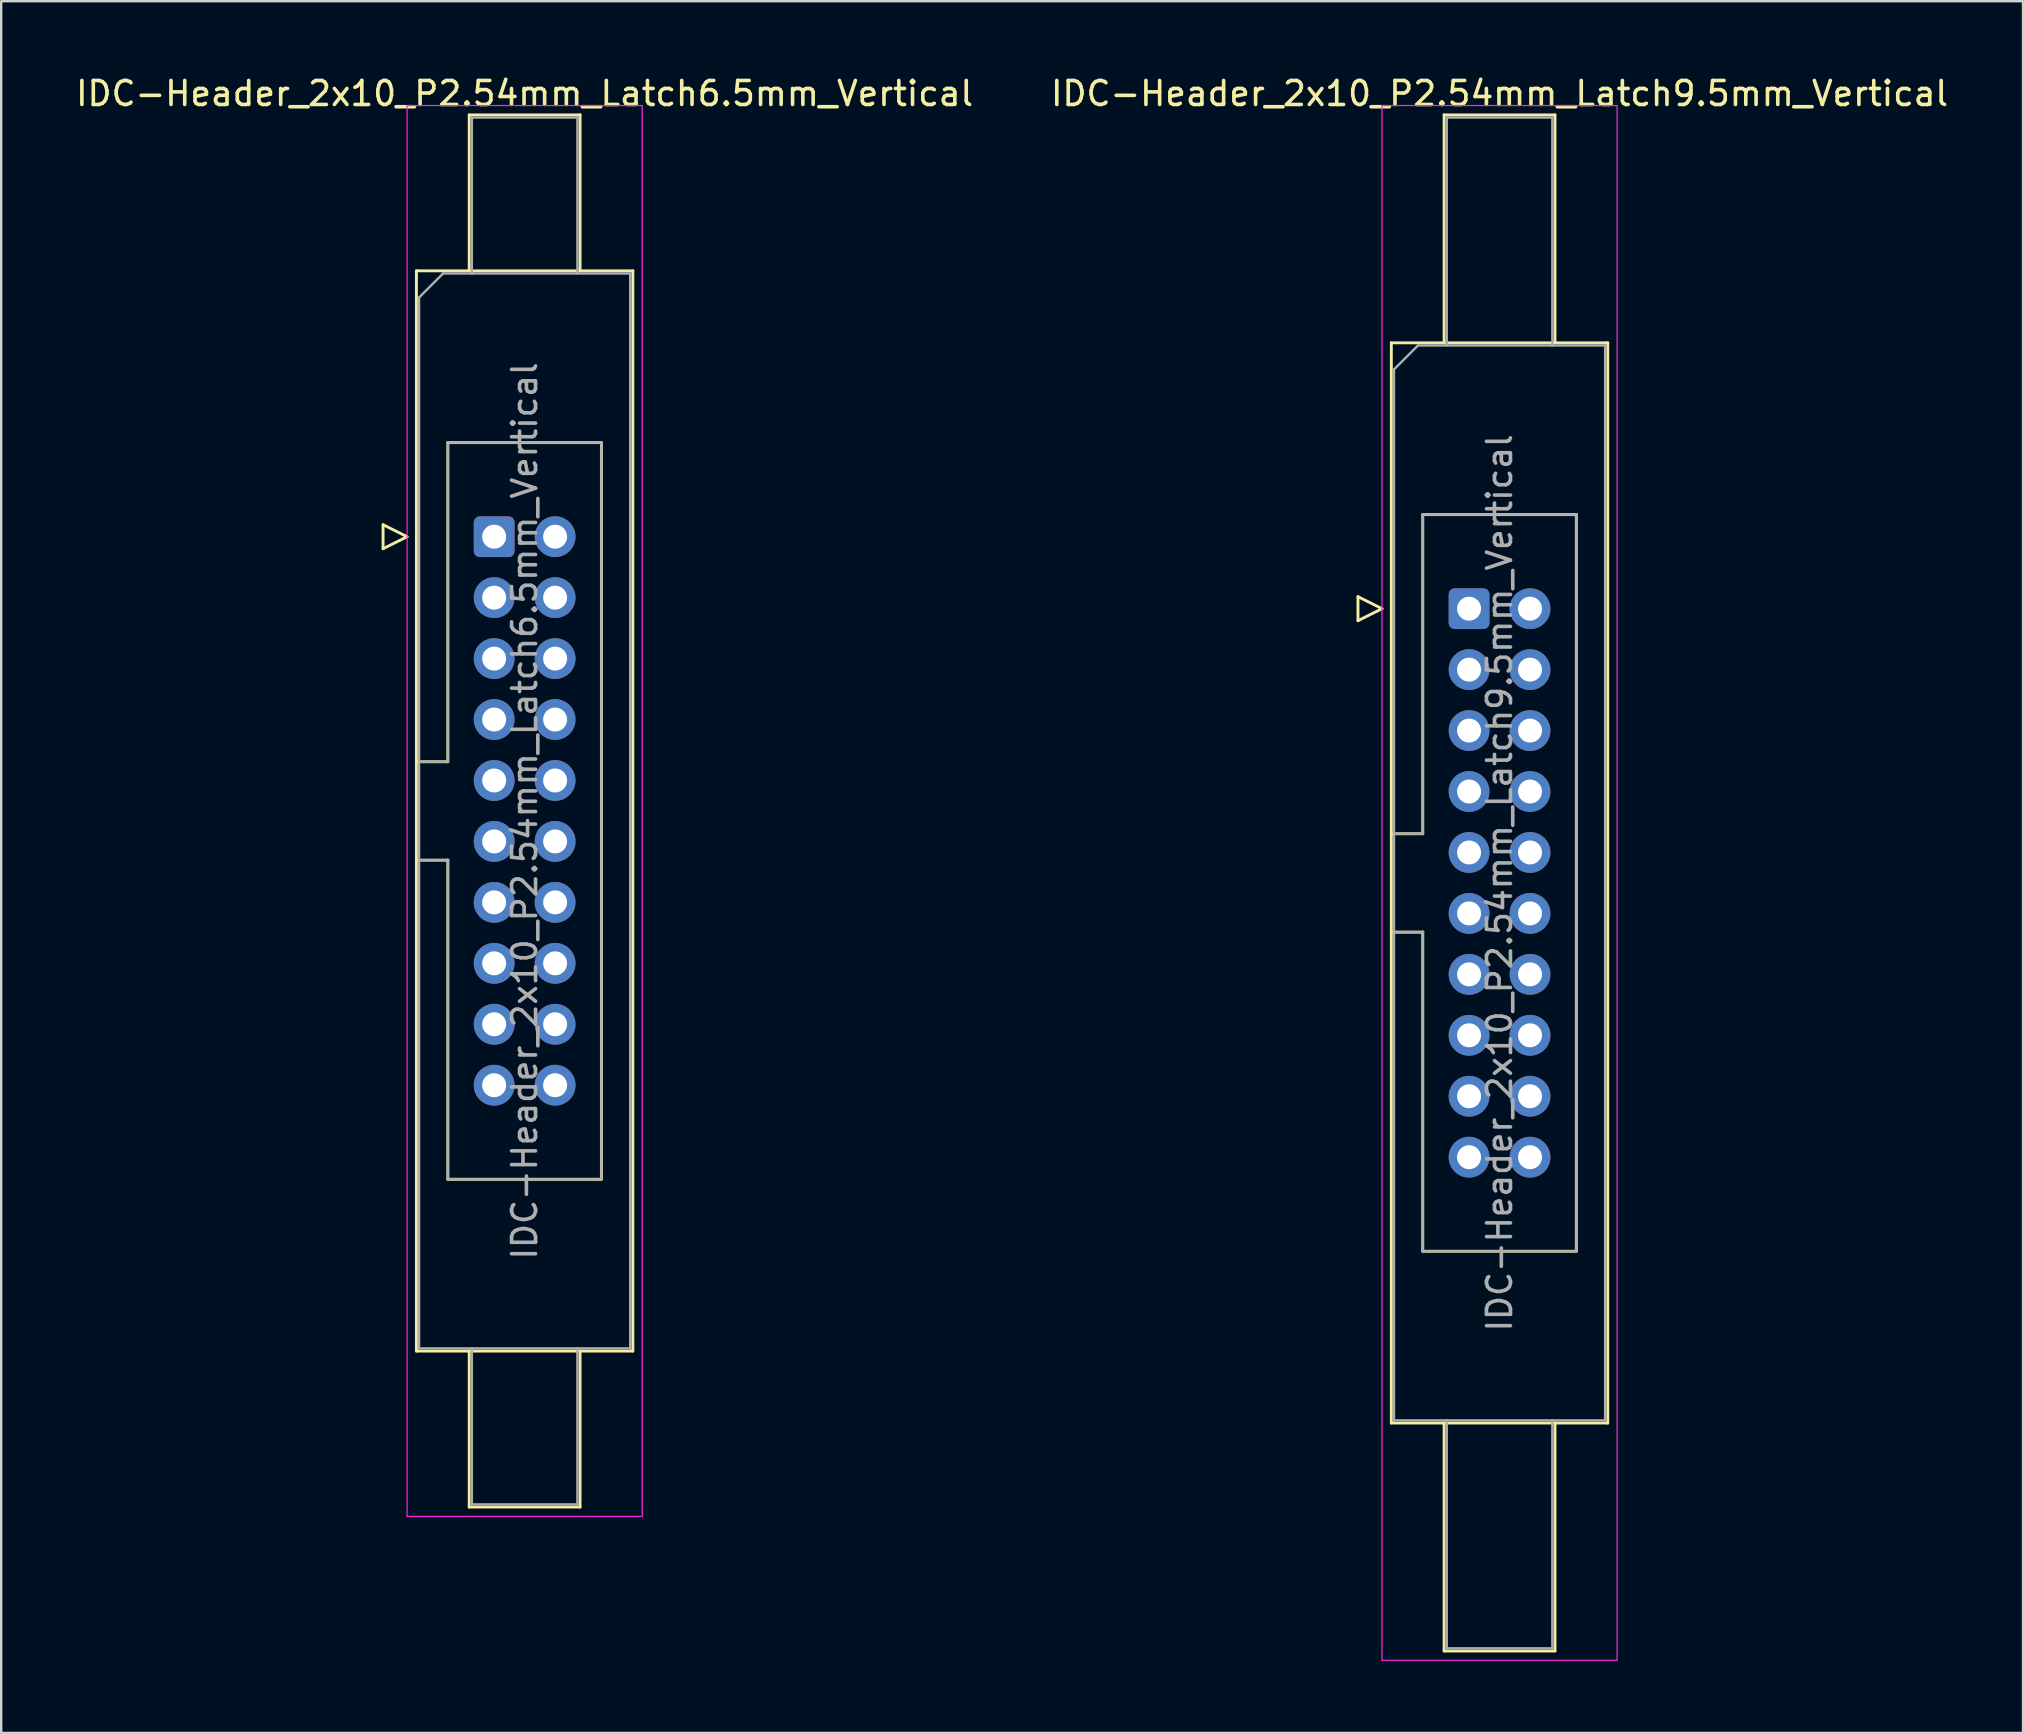
<source format=kicad_pcb>
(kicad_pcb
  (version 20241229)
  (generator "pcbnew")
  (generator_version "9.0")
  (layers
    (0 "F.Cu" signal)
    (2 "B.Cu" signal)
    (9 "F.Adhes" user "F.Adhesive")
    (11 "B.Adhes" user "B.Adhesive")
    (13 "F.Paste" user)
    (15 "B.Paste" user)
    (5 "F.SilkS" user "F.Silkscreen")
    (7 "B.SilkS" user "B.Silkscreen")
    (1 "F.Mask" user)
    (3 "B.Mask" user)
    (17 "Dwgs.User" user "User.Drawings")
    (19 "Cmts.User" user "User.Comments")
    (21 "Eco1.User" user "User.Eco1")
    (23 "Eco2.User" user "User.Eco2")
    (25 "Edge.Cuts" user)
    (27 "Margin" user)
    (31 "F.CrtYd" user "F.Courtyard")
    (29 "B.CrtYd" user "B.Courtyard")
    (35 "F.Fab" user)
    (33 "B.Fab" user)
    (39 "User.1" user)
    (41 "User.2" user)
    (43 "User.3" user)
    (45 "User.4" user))
  (footprint "IDC-Header_2x10_P2.54mm_Latch9.5mm_Vertical"
    (layer "F.Cu")
    (at 58.176 22.318)
    (property "Reference" "IDC-Header_2x10_P2.54mm_Latch9.5mm_Vertical" (at 1.27 -21.47 0) (layer "F.SilkS") (effects (font (size 1 1) (thickness 0.15))))
    (attr through_hole)
    (fp_line (start -4.63 -0.5) (end -4.63 0.5) (stroke (width 0.12) (type solid)) (layer "F.SilkS"))
    (fp_line (start -4.63 0.5) (end -3.63 0) (stroke (width 0.12) (type solid)) (layer "F.SilkS"))
    (fp_line (start -3.63 0) (end -4.63 -0.5) (stroke (width 0.12) (type solid)) (layer "F.SilkS"))
    (fp_line (start -3.24 -11.08) (end 5.78 -11.08) (stroke (width 0.12) (type solid)) (layer "F.SilkS"))
    (fp_line (start -3.24 9.38) (end -1.93 9.38) (stroke (width 0.12) (type solid)) (layer "F.SilkS"))
    (fp_line (start -3.24 33.94) (end -3.24 -11.08) (stroke (width 0.12) (type solid)) (layer "F.SilkS"))
    (fp_line (start -1.93 -3.92) (end 4.47 -3.92) (stroke (width 0.12) (type solid)) (layer "F.SilkS"))
    (fp_line (start -1.93 9.38) (end -1.93 -3.92) (stroke (width 0.12) (type solid)) (layer "F.SilkS"))
    (fp_line (start -1.93 13.48) (end -3.24 13.48) (stroke (width 0.12) (type solid)) (layer "F.SilkS"))
    (fp_line (start -1.93 13.48) (end -1.93 13.48) (stroke (width 0.12) (type solid)) (layer "F.SilkS"))
    (fp_line (start -1.93 26.78) (end -1.93 13.48) (stroke (width 0.12) (type solid)) (layer "F.SilkS"))
    (fp_line (start -1.04 -20.58) (end 3.58 -20.58) (stroke (width 0.12) (type solid)) (layer "F.SilkS"))
    (fp_line (start -1.04 -11.08) (end -1.04 -20.58) (stroke (width 0.12) (type solid)) (layer "F.SilkS"))
    (fp_line (start -1.04 33.94) (end -1.04 43.44) (stroke (width 0.12) (type solid)) (layer "F.SilkS"))
    (fp_line (start -1.04 43.44) (end 3.58 43.44) (stroke (width 0.12) (type solid)) (layer "F.SilkS"))
    (fp_line (start 3.58 -20.58) (end 3.58 -11.08) (stroke (width 0.12) (type solid)) (layer "F.SilkS"))
    (fp_line (start 3.58 43.44) (end 3.58 33.94) (stroke (width 0.12) (type solid)) (layer "F.SilkS"))
    (fp_line (start 4.47 -3.92) (end 4.47 26.78) (stroke (width 0.12) (type solid)) (layer "F.SilkS"))
    (fp_line (start 4.47 26.78) (end -1.93 26.78) (stroke (width 0.12) (type solid)) (layer "F.SilkS"))
    (fp_line (start 5.78 -11.08) (end 5.78 33.94) (stroke (width 0.12) (type solid)) (layer "F.SilkS"))
    (fp_line (start 5.78 33.94) (end -3.24 33.94) (stroke (width 0.12) (type solid)) (layer "F.SilkS"))
    (fp_line (start -3.63 -20.97) (end -3.63 43.83) (stroke (width 0.05) (type solid)) (layer "F.CrtYd"))
    (fp_line (start -3.63 43.83) (end 6.17 43.83) (stroke (width 0.05) (type solid)) (layer "F.CrtYd"))
    (fp_line (start 6.17 -20.97) (end -3.63 -20.97) (stroke (width 0.05) (type solid)) (layer "F.CrtYd"))
    (fp_line (start 6.17 43.83) (end 6.17 -20.97) (stroke (width 0.05) (type solid)) (layer "F.CrtYd"))
    (fp_line (start -3.13 -9.97) (end -2.13 -10.97) (stroke (width 0.1) (type solid)) (layer "F.Fab"))
    (fp_line (start -3.13 9.38) (end -1.93 9.38) (stroke (width 0.1) (type solid)) (layer "F.Fab"))
    (fp_line (start -3.13 33.83) (end -3.13 -9.97) (stroke (width 0.1) (type solid)) (layer "F.Fab"))
    (fp_line (start -2.13 -10.97) (end 5.67 -10.97) (stroke (width 0.1) (type solid)) (layer "F.Fab"))
    (fp_line (start -1.93 -3.92) (end 4.47 -3.92) (stroke (width 0.1) (type solid)) (layer "F.Fab"))
    (fp_line (start -1.93 9.38) (end -1.93 -3.92) (stroke (width 0.1) (type solid)) (layer "F.Fab"))
    (fp_line (start -1.93 13.48) (end -3.13 13.48) (stroke (width 0.1) (type solid)) (layer "F.Fab"))
    (fp_line (start -1.93 13.48) (end -1.93 13.48) (stroke (width 0.1) (type solid)) (layer "F.Fab"))
    (fp_line (start -1.93 26.78) (end -1.93 13.48) (stroke (width 0.1) (type solid)) (layer "F.Fab"))
    (fp_line (start -0.93 -20.47) (end 3.47 -20.47) (stroke (width 0.1) (type solid)) (layer "F.Fab"))
    (fp_line (start -0.93 -10.97) (end -0.93 -20.47) (stroke (width 0.1) (type solid)) (layer "F.Fab"))
    (fp_line (start -0.93 33.83) (end -0.93 43.33) (stroke (width 0.1) (type solid)) (layer "F.Fab"))
    (fp_line (start -0.93 43.33) (end 3.47 43.33) (stroke (width 0.1) (type solid)) (layer "F.Fab"))
    (fp_line (start 3.47 -20.47) (end 3.47 -10.97) (stroke (width 0.1) (type solid)) (layer "F.Fab"))
    (fp_line (start 3.47 43.33) (end 3.47 33.83) (stroke (width 0.1) (type solid)) (layer "F.Fab"))
    (fp_line (start 4.47 -3.92) (end 4.47 26.78) (stroke (width 0.1) (type solid)) (layer "F.Fab"))
    (fp_line (start 4.47 26.78) (end -1.93 26.78) (stroke (width 0.1) (type solid)) (layer "F.Fab"))
    (fp_line (start 5.67 -10.97) (end 5.67 33.83) (stroke (width 0.1) (type solid)) (layer "F.Fab"))
    (fp_line (start 5.67 33.83) (end -3.13 33.83) (stroke (width 0.1) (type solid)) (layer "F.Fab"))
    (fp_text user "${REFERENCE}" (at 1.27 11.43 90) (layer "F.Fab") (effects (font (size 1 1) (thickness 0.15))))
    (pad "1" thru_hole roundrect (at 0 0) (size 1.7 1.7) (drill 1) (layers "*.Cu" "*.Mask") (roundrect_rratio 0.147))
    (pad "2" thru_hole circle (at 2.54 0) (size 1.7 1.7) (drill 1) (layers "*.Cu" "*.Mask"))
    (pad "3" thru_hole circle (at 0 2.54) (size 1.7 1.7) (drill 1) (layers "*.Cu" "*.Mask"))
    (pad "4" thru_hole circle (at 2.54 2.54) (size 1.7 1.7) (drill 1) (layers "*.Cu" "*.Mask"))
    (pad "5" thru_hole circle (at 0 5.08) (size 1.7 1.7) (drill 1) (layers "*.Cu" "*.Mask"))
    (pad "6" thru_hole circle (at 2.54 5.08) (size 1.7 1.7) (drill 1) (layers "*.Cu" "*.Mask"))
    (pad "7" thru_hole circle (at 0 7.62) (size 1.7 1.7) (drill 1) (layers "*.Cu" "*.Mask"))
    (pad "8" thru_hole circle (at 2.54 7.62) (size 1.7 1.7) (drill 1) (layers "*.Cu" "*.Mask"))
    (pad "9" thru_hole circle (at 0 10.16) (size 1.7 1.7) (drill 1) (layers "*.Cu" "*.Mask"))
    (pad "10" thru_hole circle (at 2.54 10.16) (size 1.7 1.7) (drill 1) (layers "*.Cu" "*.Mask"))
    (pad "11" thru_hole circle (at 0 12.7) (size 1.7 1.7) (drill 1) (layers "*.Cu" "*.Mask"))
    (pad "12" thru_hole circle (at 2.54 12.7) (size 1.7 1.7) (drill 1) (layers "*.Cu" "*.Mask"))
    (pad "13" thru_hole circle (at 0 15.24) (size 1.7 1.7) (drill 1) (layers "*.Cu" "*.Mask"))
    (pad "14" thru_hole circle (at 2.54 15.24) (size 1.7 1.7) (drill 1) (layers "*.Cu" "*.Mask"))
    (pad "15" thru_hole circle (at 0 17.78) (size 1.7 1.7) (drill 1) (layers "*.Cu" "*.Mask"))
    (pad "16" thru_hole circle (at 2.54 17.78) (size 1.7 1.7) (drill 1) (layers "*.Cu" "*.Mask"))
    (pad "17" thru_hole circle (at 0 20.32) (size 1.7 1.7) (drill 1) (layers "*.Cu" "*.Mask"))
    (pad "18" thru_hole circle (at 2.54 20.32) (size 1.7 1.7) (drill 1) (layers "*.Cu" "*.Mask"))
    (pad "19" thru_hole circle (at 0 22.86) (size 1.7 1.7) (drill 1) (layers "*.Cu" "*.Mask"))
    (pad "20" thru_hole circle (at 2.54 22.86) (size 1.7 1.7) (drill 1) (layers "*.Cu" "*.Mask")))
  (footprint "IDC-Header_2x10_P2.54mm_Latch6.5mm_Vertical"
    (layer "F.Cu")
    (at 17.545 19.318)
    (property "Reference" "IDC-Header_2x10_P2.54mm_Latch6.5mm_Vertical" (at 1.27 -18.47 0) (layer "F.SilkS") (effects (font (size 1 1) (thickness 0.15))))
    (attr through_hole)
    (fp_line (start -4.63 -0.5) (end -4.63 0.5) (stroke (width 0.12) (type solid)) (layer "F.SilkS"))
    (fp_line (start -4.63 0.5) (end -3.63 0) (stroke (width 0.12) (type solid)) (layer "F.SilkS"))
    (fp_line (start -3.63 0) (end -4.63 -0.5) (stroke (width 0.12) (type solid)) (layer "F.SilkS"))
    (fp_line (start -3.24 -11.08) (end 5.78 -11.08) (stroke (width 0.12) (type solid)) (layer "F.SilkS"))
    (fp_line (start -3.24 9.38) (end -1.93 9.38) (stroke (width 0.12) (type solid)) (layer "F.SilkS"))
    (fp_line (start -3.24 33.94) (end -3.24 -11.08) (stroke (width 0.12) (type solid)) (layer "F.SilkS"))
    (fp_line (start -1.93 -3.92) (end 4.47 -3.92) (stroke (width 0.12) (type solid)) (layer "F.SilkS"))
    (fp_line (start -1.93 9.38) (end -1.93 -3.92) (stroke (width 0.12) (type solid)) (layer "F.SilkS"))
    (fp_line (start -1.93 13.48) (end -3.24 13.48) (stroke (width 0.12) (type solid)) (layer "F.SilkS"))
    (fp_line (start -1.93 13.48) (end -1.93 13.48) (stroke (width 0.12) (type solid)) (layer "F.SilkS"))
    (fp_line (start -1.93 26.78) (end -1.93 13.48) (stroke (width 0.12) (type solid)) (layer "F.SilkS"))
    (fp_line (start -1.04 -17.58) (end 3.58 -17.58) (stroke (width 0.12) (type solid)) (layer "F.SilkS"))
    (fp_line (start -1.04 -11.08) (end -1.04 -17.58) (stroke (width 0.12) (type solid)) (layer "F.SilkS"))
    (fp_line (start -1.04 33.94) (end -1.04 40.44) (stroke (width 0.12) (type solid)) (layer "F.SilkS"))
    (fp_line (start -1.04 40.44) (end 3.58 40.44) (stroke (width 0.12) (type solid)) (layer "F.SilkS"))
    (fp_line (start 3.58 -17.58) (end 3.58 -11.08) (stroke (width 0.12) (type solid)) (layer "F.SilkS"))
    (fp_line (start 3.58 40.44) (end 3.58 33.94) (stroke (width 0.12) (type solid)) (layer "F.SilkS"))
    (fp_line (start 4.47 -3.92) (end 4.47 26.78) (stroke (width 0.12) (type solid)) (layer "F.SilkS"))
    (fp_line (start 4.47 26.78) (end -1.93 26.78) (stroke (width 0.12) (type solid)) (layer "F.SilkS"))
    (fp_line (start 5.78 -11.08) (end 5.78 33.94) (stroke (width 0.12) (type solid)) (layer "F.SilkS"))
    (fp_line (start 5.78 33.94) (end -3.24 33.94) (stroke (width 0.12) (type solid)) (layer "F.SilkS"))
    (fp_line (start -3.63 -17.97) (end -3.63 40.83) (stroke (width 0.05) (type solid)) (layer "F.CrtYd"))
    (fp_line (start -3.63 40.83) (end 6.17 40.83) (stroke (width 0.05) (type solid)) (layer "F.CrtYd"))
    (fp_line (start 6.17 -17.97) (end -3.63 -17.97) (stroke (width 0.05) (type solid)) (layer "F.CrtYd"))
    (fp_line (start 6.17 40.83) (end 6.17 -17.97) (stroke (width 0.05) (type solid)) (layer "F.CrtYd"))
    (fp_line (start -3.13 -9.97) (end -2.13 -10.97) (stroke (width 0.1) (type solid)) (layer "F.Fab"))
    (fp_line (start -3.13 9.38) (end -1.93 9.38) (stroke (width 0.1) (type solid)) (layer "F.Fab"))
    (fp_line (start -3.13 33.83) (end -3.13 -9.97) (stroke (width 0.1) (type solid)) (layer "F.Fab"))
    (fp_line (start -2.13 -10.97) (end 5.67 -10.97) (stroke (width 0.1) (type solid)) (layer "F.Fab"))
    (fp_line (start -1.93 -3.92) (end 4.47 -3.92) (stroke (width 0.1) (type solid)) (layer "F.Fab"))
    (fp_line (start -1.93 9.38) (end -1.93 -3.92) (stroke (width 0.1) (type solid)) (layer "F.Fab"))
    (fp_line (start -1.93 13.48) (end -3.13 13.48) (stroke (width 0.1) (type solid)) (layer "F.Fab"))
    (fp_line (start -1.93 13.48) (end -1.93 13.48) (stroke (width 0.1) (type solid)) (layer "F.Fab"))
    (fp_line (start -1.93 26.78) (end -1.93 13.48) (stroke (width 0.1) (type solid)) (layer "F.Fab"))
    (fp_line (start -0.93 -17.47) (end 3.47 -17.47) (stroke (width 0.1) (type solid)) (layer "F.Fab"))
    (fp_line (start -0.93 -10.97) (end -0.93 -17.47) (stroke (width 0.1) (type solid)) (layer "F.Fab"))
    (fp_line (start -0.93 33.83) (end -0.93 40.33) (stroke (width 0.1) (type solid)) (layer "F.Fab"))
    (fp_line (start -0.93 40.33) (end 3.47 40.33) (stroke (width 0.1) (type solid)) (layer "F.Fab"))
    (fp_line (start 3.47 -17.47) (end 3.47 -10.97) (stroke (width 0.1) (type solid)) (layer "F.Fab"))
    (fp_line (start 3.47 40.33) (end 3.47 33.83) (stroke (width 0.1) (type solid)) (layer "F.Fab"))
    (fp_line (start 4.47 -3.92) (end 4.47 26.78) (stroke (width 0.1) (type solid)) (layer "F.Fab"))
    (fp_line (start 4.47 26.78) (end -1.93 26.78) (stroke (width 0.1) (type solid)) (layer "F.Fab"))
    (fp_line (start 5.67 -10.97) (end 5.67 33.83) (stroke (width 0.1) (type solid)) (layer "F.Fab"))
    (fp_line (start 5.67 33.83) (end -3.13 33.83) (stroke (width 0.1) (type solid)) (layer "F.Fab"))
    (fp_text user "${REFERENCE}" (at 1.27 11.43 90) (layer "F.Fab") (effects (font (size 1 1) (thickness 0.15))))
    (pad "1" thru_hole roundrect (at 0 0) (size 1.7 1.7) (drill 1) (layers "*.Cu" "*.Mask") (roundrect_rratio 0.147))
    (pad "2" thru_hole circle (at 2.54 0) (size 1.7 1.7) (drill 1) (layers "*.Cu" "*.Mask"))
    (pad "3" thru_hole circle (at 0 2.54) (size 1.7 1.7) (drill 1) (layers "*.Cu" "*.Mask"))
    (pad "4" thru_hole circle (at 2.54 2.54) (size 1.7 1.7) (drill 1) (layers "*.Cu" "*.Mask"))
    (pad "5" thru_hole circle (at 0 5.08) (size 1.7 1.7) (drill 1) (layers "*.Cu" "*.Mask"))
    (pad "6" thru_hole circle (at 2.54 5.08) (size 1.7 1.7) (drill 1) (layers "*.Cu" "*.Mask"))
    (pad "7" thru_hole circle (at 0 7.62) (size 1.7 1.7) (drill 1) (layers "*.Cu" "*.Mask"))
    (pad "8" thru_hole circle (at 2.54 7.62) (size 1.7 1.7) (drill 1) (layers "*.Cu" "*.Mask"))
    (pad "9" thru_hole circle (at 0 10.16) (size 1.7 1.7) (drill 1) (layers "*.Cu" "*.Mask"))
    (pad "10" thru_hole circle (at 2.54 10.16) (size 1.7 1.7) (drill 1) (layers "*.Cu" "*.Mask"))
    (pad "11" thru_hole circle (at 0 12.7) (size 1.7 1.7) (drill 1) (layers "*.Cu" "*.Mask"))
    (pad "12" thru_hole circle (at 2.54 12.7) (size 1.7 1.7) (drill 1) (layers "*.Cu" "*.Mask"))
    (pad "13" thru_hole circle (at 0 15.24) (size 1.7 1.7) (drill 1) (layers "*.Cu" "*.Mask"))
    (pad "14" thru_hole circle (at 2.54 15.24) (size 1.7 1.7) (drill 1) (layers "*.Cu" "*.Mask"))
    (pad "15" thru_hole circle (at 0 17.78) (size 1.7 1.7) (drill 1) (layers "*.Cu" "*.Mask"))
    (pad "16" thru_hole circle (at 2.54 17.78) (size 1.7 1.7) (drill 1) (layers "*.Cu" "*.Mask"))
    (pad "17" thru_hole circle (at 0 20.32) (size 1.7 1.7) (drill 1) (layers "*.Cu" "*.Mask"))
    (pad "18" thru_hole circle (at 2.54 20.32) (size 1.7 1.7) (drill 1) (layers "*.Cu" "*.Mask"))
    (pad "19" thru_hole circle (at 0 22.86) (size 1.7 1.7) (drill 1) (layers "*.Cu" "*.Mask"))
    (pad "20" thru_hole circle (at 2.54 22.86) (size 1.7 1.7) (drill 1) (layers "*.Cu" "*.Mask")))
  (gr_rect
    (start -3 -3)
    (end 81.262 69.173)
    (stroke (width 0.1) (type default))
    (fill no)
    (layer "Edge.Cuts")))
</source>
